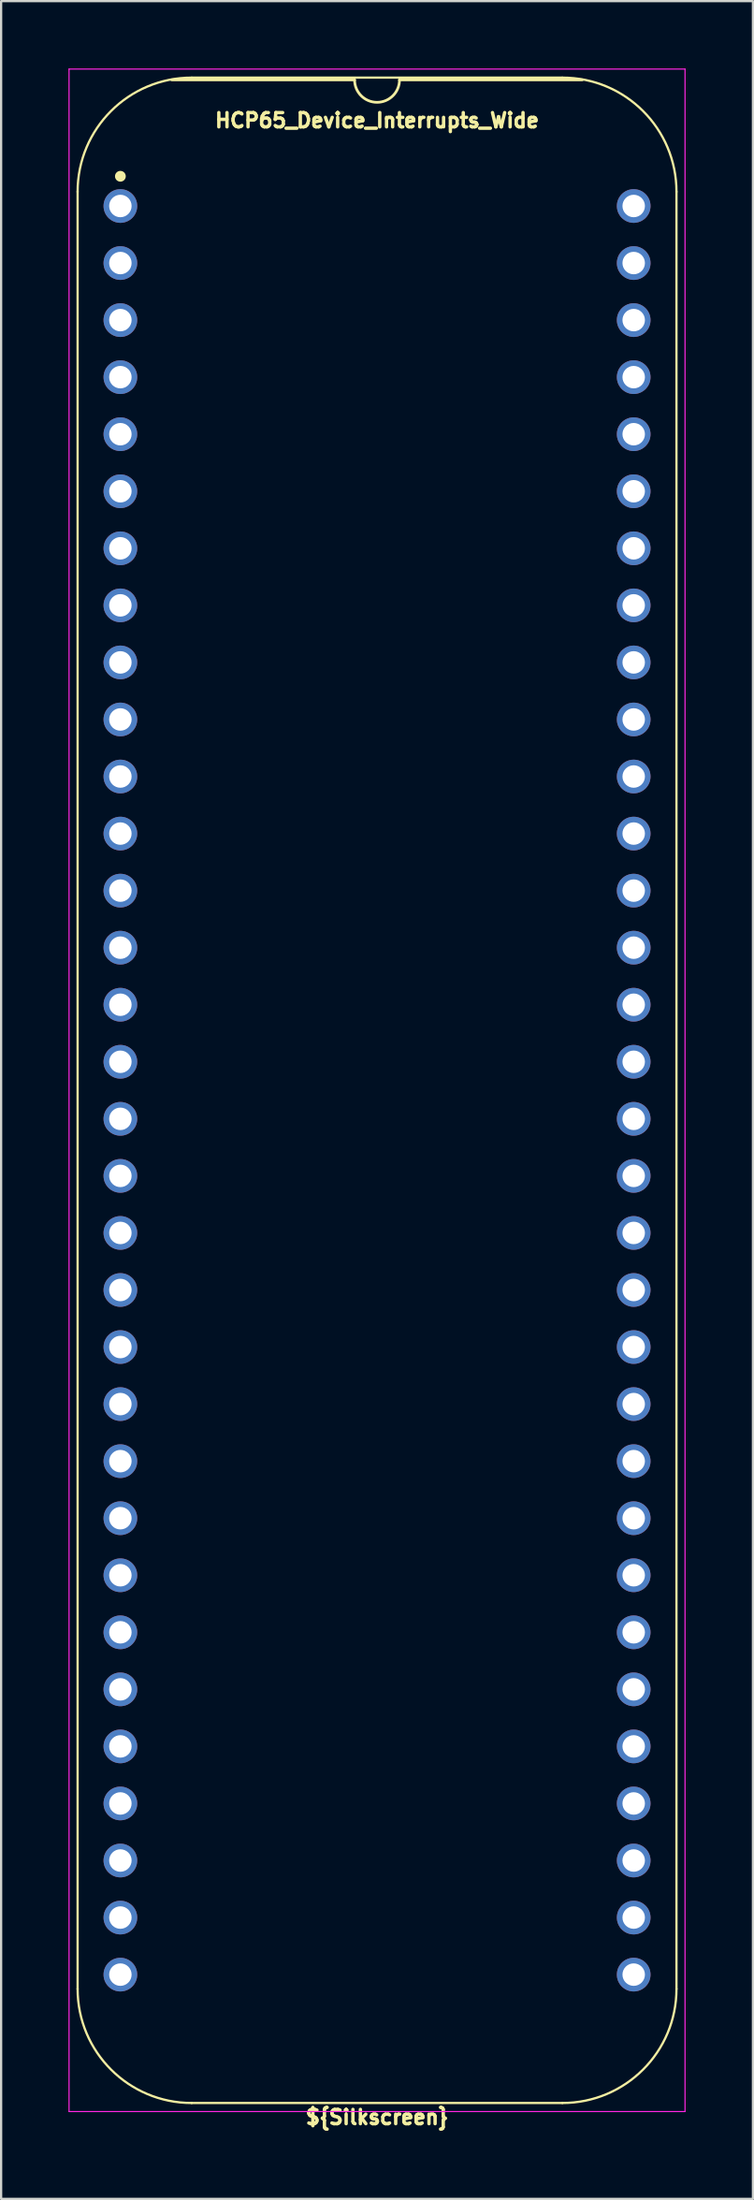
<source format=kicad_pcb>
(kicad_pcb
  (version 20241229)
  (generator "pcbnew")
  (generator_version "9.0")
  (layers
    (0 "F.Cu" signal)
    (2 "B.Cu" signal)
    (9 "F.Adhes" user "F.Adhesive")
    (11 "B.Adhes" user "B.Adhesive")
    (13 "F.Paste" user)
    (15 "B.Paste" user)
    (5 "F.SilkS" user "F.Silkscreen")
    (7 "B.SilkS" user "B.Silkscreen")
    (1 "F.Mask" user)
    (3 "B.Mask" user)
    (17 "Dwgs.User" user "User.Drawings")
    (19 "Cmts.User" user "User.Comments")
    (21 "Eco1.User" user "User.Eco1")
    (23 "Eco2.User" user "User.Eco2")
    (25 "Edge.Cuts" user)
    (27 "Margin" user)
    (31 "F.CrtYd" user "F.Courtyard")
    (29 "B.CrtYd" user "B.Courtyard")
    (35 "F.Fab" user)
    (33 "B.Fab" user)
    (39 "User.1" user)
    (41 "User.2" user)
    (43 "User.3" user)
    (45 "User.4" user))
  (footprint "HCP65_Device_Interrupts_Wide"
    (layer "F.Cu")
    (at 2.311 6.121)
    (property "Reference" "HCP65_Device_Interrupts_Wide" (at 11.43 -3.81 0) (layer "F.SilkS") (effects (font (size 0.635 0.635) (thickness 0.15))))
    (attr through_hole)
    (fp_line (start -1.905 -0.635) (end -1.905 79.375) (stroke (width 0.1) (type solid)) (layer "F.SilkS"))
    (fp_line (start 10.43 -5.616) (end 2.286 -5.616) (stroke (width 0.12) (type solid)) (layer "F.SilkS"))
    (fp_line (start 19.685 -5.715) (end 3.175 -5.715) (stroke (width 0.1) (type solid)) (layer "F.SilkS"))
    (fp_line (start 19.685 84.455) (end 3.175 84.455) (stroke (width 0.1) (type solid)) (layer "F.SilkS"))
    (fp_line (start 20.574 -5.616) (end 12.43 -5.616) (stroke (width 0.12) (type solid)) (layer "F.SilkS"))
    (fp_line (start 24.765 79.375) (end 24.765 -0.635) (stroke (width 0.1) (type solid)) (layer "F.SilkS"))
    (fp_arc (start -1.905 -0.635) (mid -0.417102 -4.227102) (end 3.175 -5.715) (stroke (width 0.1) (type solid)) (layer "F.SilkS"))
    (fp_arc (start 3.175 84.455) (mid -0.417102 82.967102) (end -1.905 79.375) (stroke (width 0.1) (type solid)) (layer "F.SilkS"))
    (fp_arc (start 12.43 -5.616) (mid 11.43 -4.616) (end 10.43 -5.616) (stroke (width 0.12) (type solid)) (layer "F.SilkS"))
    (fp_arc (start 19.685 -5.715) (mid 23.277102 -4.227102) (end 24.765 -0.635) (stroke (width 0.1) (type solid)) (layer "F.SilkS"))
    (fp_arc (start 24.765 79.375) (mid 23.277102 82.967102) (end 19.685 84.455) (stroke (width 0.1) (type solid)) (layer "F.SilkS"))
    (fp_circle (center 0 -1.323) (end 0.18 -1.323) (stroke (width 0.12) (type solid)) (fill yes) (layer "F.SilkS"))
    (fp_line (start -2.286 -6.096) (end -2.286 84.836) (stroke (width 0.05) (type solid)) (layer "F.CrtYd"))
    (fp_line (start -2.286 -6.096) (end 25.146 -6.096) (stroke (width 0.05) (type solid)) (layer "F.CrtYd"))
    (fp_line (start -2.286 84.836) (end 25.146 84.836) (stroke (width 0.05) (type solid)) (layer "F.CrtYd"))
    (fp_line (start 25.146 84.836) (end 25.146 -6.096) (stroke (width 0.05) (type solid)) (layer "F.CrtYd"))
    (fp_text user "${Silkscreen}" (at 11.43 85.09 0) (layer "F.SilkS") (effects (font (size 0.635 0.635) (thickness 0.15))))
    (pad "1" thru_hole circle (at 0 0) (size 1.5 1.5) (drill 1) (layers "*.Cu" "*.Mask"))
    (pad "2" thru_hole circle (at 0 2.54) (size 1.5 1.5) (drill 1) (layers "*.Cu" "*.Mask"))
    (pad "3" thru_hole circle (at 0 5.08) (size 1.5 1.5) (drill 1) (layers "*.Cu" "*.Mask"))
    (pad "4" thru_hole circle (at 0 7.62) (size 1.5 1.5) (drill 1) (layers "*.Cu" "*.Mask"))
    (pad "5" thru_hole circle (at 0 10.16) (size 1.5 1.5) (drill 1) (layers "*.Cu" "*.Mask"))
    (pad "6" thru_hole circle (at 0 12.7) (size 1.5 1.5) (drill 1) (layers "*.Cu" "*.Mask"))
    (pad "7" thru_hole circle (at 0 15.24) (size 1.5 1.5) (drill 1) (layers "*.Cu" "*.Mask"))
    (pad "8" thru_hole circle (at 0 17.78) (size 1.5 1.5) (drill 1) (layers "*.Cu" "*.Mask"))
    (pad "9" thru_hole circle (at 0 20.32) (size 1.5 1.5) (drill 1) (layers "*.Cu" "*.Mask"))
    (pad "10" thru_hole circle (at 0 22.86) (size 1.5 1.5) (drill 1) (layers "*.Cu" "*.Mask"))
    (pad "11" thru_hole circle (at 0 25.4) (size 1.5 1.5) (drill 1) (layers "*.Cu" "*.Mask"))
    (pad "12" thru_hole circle (at 0 27.94) (size 1.5 1.5) (drill 1) (layers "*.Cu" "*.Mask"))
    (pad "13" thru_hole circle (at 0 30.48) (size 1.5 1.5) (drill 1) (layers "*.Cu" "*.Mask"))
    (pad "14" thru_hole circle (at 0 33.02) (size 1.5 1.5) (drill 1) (layers "*.Cu" "*.Mask"))
    (pad "15" thru_hole circle (at 0 35.56) (size 1.5 1.5) (drill 1) (layers "*.Cu" "*.Mask"))
    (pad "16" thru_hole circle (at 0 38.1) (size 1.5 1.5) (drill 1) (layers "*.Cu" "*.Mask"))
    (pad "17" thru_hole circle (at 0 40.64) (size 1.5 1.5) (drill 1) (layers "*.Cu" "*.Mask"))
    (pad "18" thru_hole circle (at 0 43.18) (size 1.5 1.5) (drill 1) (layers "*.Cu" "*.Mask"))
    (pad "19" thru_hole circle (at 0 45.72) (size 1.5 1.5) (drill 1) (layers "*.Cu" "*.Mask"))
    (pad "20" thru_hole circle (at 0 48.26) (size 1.5 1.5) (drill 1) (layers "*.Cu" "*.Mask"))
    (pad "21" thru_hole circle (at 0 50.8) (size 1.5 1.5) (drill 1) (layers "*.Cu" "*.Mask"))
    (pad "22" thru_hole circle (at 0 53.34) (size 1.5 1.5) (drill 1) (layers "*.Cu" "*.Mask"))
    (pad "23" thru_hole circle (at 0 55.88) (size 1.5 1.5) (drill 1) (layers "*.Cu" "*.Mask"))
    (pad "24" thru_hole circle (at 0 58.42) (size 1.5 1.5) (drill 1) (layers "*.Cu" "*.Mask"))
    (pad "25" thru_hole circle (at 0 60.96) (size 1.5 1.5) (drill 1) (layers "*.Cu" "*.Mask"))
    (pad "26" thru_hole circle (at 0 63.5) (size 1.5 1.5) (drill 1) (layers "*.Cu" "*.Mask"))
    (pad "27" thru_hole circle (at 0 66.04) (size 1.5 1.5) (drill 1) (layers "*.Cu" "*.Mask"))
    (pad "28" thru_hole circle (at 0 68.58) (size 1.5 1.5) (drill 1) (layers "*.Cu" "*.Mask"))
    (pad "29" thru_hole circle (at 0 71.12) (size 1.5 1.5) (drill 1) (layers "*.Cu" "*.Mask"))
    (pad "30" thru_hole circle (at 0 73.66) (size 1.5 1.5) (drill 1) (layers "*.Cu" "*.Mask"))
    (pad "31" thru_hole circle (at 0 76.2) (size 1.5 1.5) (drill 1) (layers "*.Cu" "*.Mask"))
    (pad "32" thru_hole circle (at 0 78.74) (size 1.5 1.5) (drill 1) (layers "*.Cu" "*.Mask"))
    (pad "33" thru_hole circle (at 22.86 78.74) (size 1.5 1.5) (drill 1) (layers "*.Cu" "*.Mask"))
    (pad "34" thru_hole circle (at 22.86 76.2) (size 1.5 1.5) (drill 1) (layers "*.Cu" "*.Mask"))
    (pad "35" thru_hole circle (at 22.86 73.66) (size 1.5 1.5) (drill 1) (layers "*.Cu" "*.Mask"))
    (pad "36" thru_hole circle (at 22.86 71.12) (size 1.5 1.5) (drill 1) (layers "*.Cu" "*.Mask"))
    (pad "37" thru_hole circle (at 22.86 68.58) (size 1.5 1.5) (drill 1) (layers "*.Cu" "*.Mask"))
    (pad "38" thru_hole circle (at 22.86 66.04) (size 1.5 1.5) (drill 1) (layers "*.Cu" "*.Mask"))
    (pad "39" thru_hole circle (at 22.86 63.5) (size 1.5 1.5) (drill 1) (layers "*.Cu" "*.Mask"))
    (pad "40" thru_hole circle (at 22.86 60.96) (size 1.5 1.5) (drill 1) (layers "*.Cu" "*.Mask"))
    (pad "41" thru_hole circle (at 22.86 58.42) (size 1.5 1.5) (drill 1) (layers "*.Cu" "*.Mask"))
    (pad "42" thru_hole circle (at 22.86 55.88) (size 1.5 1.5) (drill 1) (layers "*.Cu" "*.Mask"))
    (pad "43" thru_hole circle (at 22.86 53.34) (size 1.5 1.5) (drill 1) (layers "*.Cu" "*.Mask"))
    (pad "44" thru_hole circle (at 22.86 50.8) (size 1.5 1.5) (drill 1) (layers "*.Cu" "*.Mask"))
    (pad "45" thru_hole circle (at 22.86 48.26) (size 1.5 1.5) (drill 1) (layers "*.Cu" "*.Mask"))
    (pad "46" thru_hole circle (at 22.86 45.72) (size 1.5 1.5) (drill 1) (layers "*.Cu" "*.Mask"))
    (pad "47" thru_hole circle (at 22.86 43.18) (size 1.5 1.5) (drill 1) (layers "*.Cu" "*.Mask"))
    (pad "48" thru_hole circle (at 22.86 40.64) (size 1.5 1.5) (drill 1) (layers "*.Cu" "*.Mask"))
    (pad "49" thru_hole circle (at 22.86 38.1) (size 1.5 1.5) (drill 1) (layers "*.Cu" "*.Mask"))
    (pad "50" thru_hole circle (at 22.86 35.56) (size 1.5 1.5) (drill 1) (layers "*.Cu" "*.Mask"))
    (pad "51" thru_hole circle (at 22.86 33.02) (size 1.5 1.5) (drill 1) (layers "*.Cu" "*.Mask"))
    (pad "52" thru_hole circle (at 22.86 30.48) (size 1.5 1.5) (drill 1) (layers "*.Cu" "*.Mask"))
    (pad "53" thru_hole circle (at 22.86 27.94) (size 1.5 1.5) (drill 1) (layers "*.Cu" "*.Mask"))
    (pad "54" thru_hole circle (at 22.86 25.4) (size 1.5 1.5) (drill 1) (layers "*.Cu" "*.Mask"))
    (pad "55" thru_hole circle (at 22.86 22.86) (size 1.5 1.5) (drill 1) (layers "*.Cu" "*.Mask"))
    (pad "56" thru_hole circle (at 22.86 20.32) (size 1.5 1.5) (drill 1) (layers "*.Cu" "*.Mask"))
    (pad "57" thru_hole circle (at 22.86 17.78) (size 1.5 1.5) (drill 1) (layers "*.Cu" "*.Mask"))
    (pad "58" thru_hole circle (at 22.86 15.24) (size 1.5 1.5) (drill 1) (layers "*.Cu" "*.Mask"))
    (pad "59" thru_hole circle (at 22.86 12.7) (size 1.5 1.5) (drill 1) (layers "*.Cu" "*.Mask"))
    (pad "60" thru_hole circle (at 22.86 10.16) (size 1.5 1.5) (drill 1) (layers "*.Cu" "*.Mask"))
    (pad "61" thru_hole circle (at 22.86 7.62) (size 1.5 1.5) (drill 1) (layers "*.Cu" "*.Mask"))
    (pad "62" thru_hole circle (at 22.86 5.08) (size 1.5 1.5) (drill 1) (layers "*.Cu" "*.Mask"))
    (pad "63" thru_hole circle (at 22.86 2.54) (size 1.5 1.5) (drill 1) (layers "*.Cu" "*.Mask"))
    (pad "64" thru_hole circle (at 22.86 0) (size 1.5 1.5) (drill 1) (layers "*.Cu" "*.Mask")))
  (gr_rect
    (start -3 -3)
    (end 30.482 94.846)
    (stroke (width 0.1) (type default))
    (fill no)
    (layer "Edge.Cuts")))
</source>
